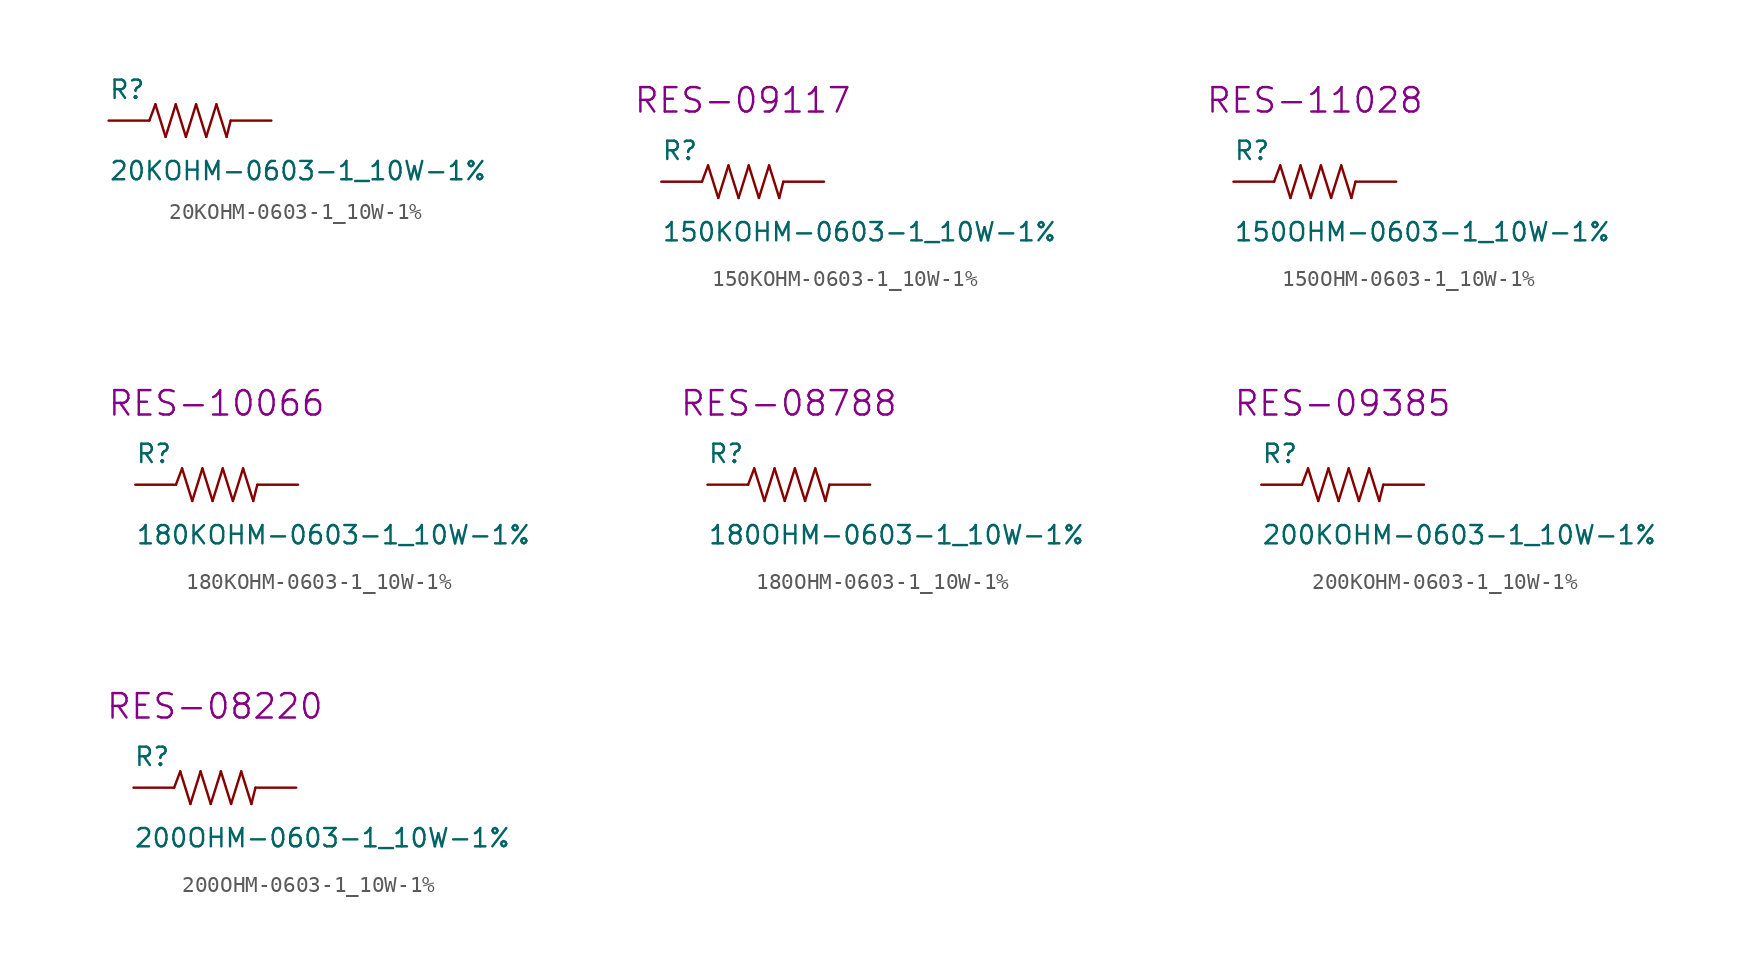
<source format=kicad_sym>
(kicad_symbol_lib
  (version 20220914)
  (generator kicad_symbol_editor)
  (symbol "20KOHM-0603-1_10W-1%"
    (pin_numbers hide)
    (pin_names
      (offset 1.016) hide)
    (property "Reference" "R"
      (at -5.08 1.27 0)
      (effects (font (size 1.143 1.143)) (justify left bottom)))
    (property "Value" "20KOHM-0603-1_10W-1%"
      (at -5.08 -3.81 0)
      (effects (font (size 1.143 1.143)) (justify left bottom)))
    (property "ki_locked" ""
      (at 0 0 0)
      (effects (font (size 1.27 1.27))))
    (symbol "20KOHM-0603-1_10W-1%_1_0"
      (polyline (pts (xy -2.54 0) (xy -2.159 1.016)) (stroke (width 0) (type solid)) (fill (type none)))
      (polyline (pts (xy -2.159 1.016) (xy -1.524 -1.016)) (stroke (width 0) (type solid)) (fill (type none)))
      (polyline (pts (xy -1.524 -1.016) (xy -0.889 1.016)) (stroke (width 0) (type solid)) (fill (type none)))
      (polyline (pts (xy -0.889 1.016) (xy -0.254 -1.016)) (stroke (width 0) (type solid)) (fill (type none)))
      (polyline (pts (xy -0.254 -1.016) (xy 0.381 1.016)) (stroke (width 0) (type solid)) (fill (type none)))
      (polyline (pts (xy 0.381 1.016) (xy 1.016 -1.016)) (stroke (width 0) (type solid)) (fill (type none)))
      (polyline (pts (xy 1.016 -1.016) (xy 1.651 1.016)) (stroke (width 0) (type solid)) (fill (type none)))
      (polyline (pts (xy 1.651 1.016) (xy 2.286 -1.016)) (stroke (width 0) (type solid)) (fill (type none)))
      (polyline (pts (xy 2.286 -1.016) (xy 2.54 0)) (stroke (width 0) (type solid)) (fill (type none))))
    (symbol "20KOHM-0603-1_10W-1%_1_1"
      (pin passive line (at -5.08 0 0) (length 2.54) (name "1" (effects (font (size 1.016 1.016)))) (number "1" (effects (font (size 1.016 1.016)))))
      (pin passive line (at 5.08 0 180) (length 2.54) (name "2" (effects (font (size 1.016 1.016)))) (number "2" (effects (font (size 1.016 1.016)))))))
  (symbol "150KOHM-0603-1_10W-1%"
    (pin_numbers hide)
    (pin_names
      (offset 1.016) hide)
    (property "Reference" "R"
      (at -5.08 1.27 0)
      (effects (font (size 1.143 1.143)) (justify left bottom)))
    (property "Value" "150KOHM-0603-1_10W-1%"
      (at -5.08 -3.81 0)
      (effects (font (size 1.143 1.143)) (justify left bottom)))
    (property "Field4" "RES-09117"
      (at 0 5.08 0)
      (effects (font (size 1.524 1.524))))
    (property "ki_locked" ""
      (at 0 0 0)
      (effects (font (size 1.27 1.27))))
    (symbol "150KOHM-0603-1_10W-1%_1_0"
      (polyline (pts (xy -2.54 0) (xy -2.159 1.016)) (stroke (width 0) (type solid)) (fill (type none)))
      (polyline (pts (xy -2.159 1.016) (xy -1.524 -1.016)) (stroke (width 0) (type solid)) (fill (type none)))
      (polyline (pts (xy -1.524 -1.016) (xy -0.889 1.016)) (stroke (width 0) (type solid)) (fill (type none)))
      (polyline (pts (xy -0.889 1.016) (xy -0.254 -1.016)) (stroke (width 0) (type solid)) (fill (type none)))
      (polyline (pts (xy -0.254 -1.016) (xy 0.381 1.016)) (stroke (width 0) (type solid)) (fill (type none)))
      (polyline (pts (xy 0.381 1.016) (xy 1.016 -1.016)) (stroke (width 0) (type solid)) (fill (type none)))
      (polyline (pts (xy 1.016 -1.016) (xy 1.651 1.016)) (stroke (width 0) (type solid)) (fill (type none)))
      (polyline (pts (xy 1.651 1.016) (xy 2.286 -1.016)) (stroke (width 0) (type solid)) (fill (type none)))
      (polyline (pts (xy 2.286 -1.016) (xy 2.54 0)) (stroke (width 0) (type solid)) (fill (type none))))
    (symbol "150KOHM-0603-1_10W-1%_1_1"
      (pin passive line (at -5.08 0 0) (length 2.54) (name "1" (effects (font (size 1.016 1.016)))) (number "1" (effects (font (size 1.016 1.016)))))
      (pin passive line (at 5.08 0 180) (length 2.54) (name "2" (effects (font (size 1.016 1.016)))) (number "2" (effects (font (size 1.016 1.016)))))))
  (symbol "150OHM-0603-1_10W-1%"
    (pin_numbers hide)
    (pin_names
      (offset 1.016) hide)
    (property "Reference" "R"
      (at -5.08 1.27 0)
      (effects (font (size 1.143 1.143)) (justify left bottom)))
    (property "Value" "150OHM-0603-1_10W-1%"
      (at -5.08 -3.81 0)
      (effects (font (size 1.143 1.143)) (justify left bottom)))
    (property "Field4" "RES-11028"
      (at 0 5.08 0)
      (effects (font (size 1.524 1.524))))
    (property "ki_locked" ""
      (at 0 0 0)
      (effects (font (size 1.27 1.27))))
    (symbol "150OHM-0603-1_10W-1%_1_0"
      (polyline (pts (xy -2.54 0) (xy -2.159 1.016)) (stroke (width 0) (type solid)) (fill (type none)))
      (polyline (pts (xy -2.159 1.016) (xy -1.524 -1.016)) (stroke (width 0) (type solid)) (fill (type none)))
      (polyline (pts (xy -1.524 -1.016) (xy -0.889 1.016)) (stroke (width 0) (type solid)) (fill (type none)))
      (polyline (pts (xy -0.889 1.016) (xy -0.254 -1.016)) (stroke (width 0) (type solid)) (fill (type none)))
      (polyline (pts (xy -0.254 -1.016) (xy 0.381 1.016)) (stroke (width 0) (type solid)) (fill (type none)))
      (polyline (pts (xy 0.381 1.016) (xy 1.016 -1.016)) (stroke (width 0) (type solid)) (fill (type none)))
      (polyline (pts (xy 1.016 -1.016) (xy 1.651 1.016)) (stroke (width 0) (type solid)) (fill (type none)))
      (polyline (pts (xy 1.651 1.016) (xy 2.286 -1.016)) (stroke (width 0) (type solid)) (fill (type none)))
      (polyline (pts (xy 2.286 -1.016) (xy 2.54 0)) (stroke (width 0) (type solid)) (fill (type none))))
    (symbol "150OHM-0603-1_10W-1%_1_1"
      (pin passive line (at -5.08 0 0) (length 2.54) (name "1" (effects (font (size 1.016 1.016)))) (number "1" (effects (font (size 1.016 1.016)))))
      (pin passive line (at 5.08 0 180) (length 2.54) (name "2" (effects (font (size 1.016 1.016)))) (number "2" (effects (font (size 1.016 1.016)))))))
  (symbol "180KOHM-0603-1_10W-1%"
    (pin_numbers hide)
    (pin_names
      (offset 1.016) hide)
    (property "Reference" "R"
      (at -5.08 1.27 0)
      (effects (font (size 1.143 1.143)) (justify left bottom)))
    (property "Value" "180KOHM-0603-1_10W-1%"
      (at -5.08 -3.81 0)
      (effects (font (size 1.143 1.143)) (justify left bottom)))
    (property "Field4" "RES-10066"
      (at 0 5.08 0)
      (effects (font (size 1.524 1.524))))
    (property "ki_locked" ""
      (at 0 0 0)
      (effects (font (size 1.27 1.27))))
    (symbol "180KOHM-0603-1_10W-1%_1_0"
      (polyline (pts (xy -2.54 0) (xy -2.159 1.016)) (stroke (width 0) (type solid)) (fill (type none)))
      (polyline (pts (xy -2.159 1.016) (xy -1.524 -1.016)) (stroke (width 0) (type solid)) (fill (type none)))
      (polyline (pts (xy -1.524 -1.016) (xy -0.889 1.016)) (stroke (width 0) (type solid)) (fill (type none)))
      (polyline (pts (xy -0.889 1.016) (xy -0.254 -1.016)) (stroke (width 0) (type solid)) (fill (type none)))
      (polyline (pts (xy -0.254 -1.016) (xy 0.381 1.016)) (stroke (width 0) (type solid)) (fill (type none)))
      (polyline (pts (xy 0.381 1.016) (xy 1.016 -1.016)) (stroke (width 0) (type solid)) (fill (type none)))
      (polyline (pts (xy 1.016 -1.016) (xy 1.651 1.016)) (stroke (width 0) (type solid)) (fill (type none)))
      (polyline (pts (xy 1.651 1.016) (xy 2.286 -1.016)) (stroke (width 0) (type solid)) (fill (type none)))
      (polyline (pts (xy 2.286 -1.016) (xy 2.54 0)) (stroke (width 0) (type solid)) (fill (type none))))
    (symbol "180KOHM-0603-1_10W-1%_1_1"
      (pin passive line (at -5.08 0 0) (length 2.54) (name "1" (effects (font (size 1.016 1.016)))) (number "1" (effects (font (size 1.016 1.016)))))
      (pin passive line (at 5.08 0 180) (length 2.54) (name "2" (effects (font (size 1.016 1.016)))) (number "2" (effects (font (size 1.016 1.016)))))))
  (symbol "180OHM-0603-1_10W-1%"
    (pin_numbers hide)
    (pin_names
      (offset 1.016) hide)
    (property "Reference" "R"
      (at -5.08 1.27 0)
      (effects (font (size 1.143 1.143)) (justify left bottom)))
    (property "Value" "180OHM-0603-1_10W-1%"
      (at -5.08 -3.81 0)
      (effects (font (size 1.143 1.143)) (justify left bottom)))
    (property "Field4" "RES-08788"
      (at 0 5.08 0)
      (effects (font (size 1.524 1.524))))
    (property "ki_locked" ""
      (at 0 0 0)
      (effects (font (size 1.27 1.27))))
    (symbol "180OHM-0603-1_10W-1%_1_0"
      (polyline (pts (xy -2.54 0) (xy -2.159 1.016)) (stroke (width 0) (type solid)) (fill (type none)))
      (polyline (pts (xy -2.159 1.016) (xy -1.524 -1.016)) (stroke (width 0) (type solid)) (fill (type none)))
      (polyline (pts (xy -1.524 -1.016) (xy -0.889 1.016)) (stroke (width 0) (type solid)) (fill (type none)))
      (polyline (pts (xy -0.889 1.016) (xy -0.254 -1.016)) (stroke (width 0) (type solid)) (fill (type none)))
      (polyline (pts (xy -0.254 -1.016) (xy 0.381 1.016)) (stroke (width 0) (type solid)) (fill (type none)))
      (polyline (pts (xy 0.381 1.016) (xy 1.016 -1.016)) (stroke (width 0) (type solid)) (fill (type none)))
      (polyline (pts (xy 1.016 -1.016) (xy 1.651 1.016)) (stroke (width 0) (type solid)) (fill (type none)))
      (polyline (pts (xy 1.651 1.016) (xy 2.286 -1.016)) (stroke (width 0) (type solid)) (fill (type none)))
      (polyline (pts (xy 2.286 -1.016) (xy 2.54 0)) (stroke (width 0) (type solid)) (fill (type none))))
    (symbol "180OHM-0603-1_10W-1%_1_1"
      (pin passive line (at -5.08 0 0) (length 2.54) (name "1" (effects (font (size 1.016 1.016)))) (number "1" (effects (font (size 1.016 1.016)))))
      (pin passive line (at 5.08 0 180) (length 2.54) (name "2" (effects (font (size 1.016 1.016)))) (number "2" (effects (font (size 1.016 1.016)))))))
  (symbol "200KOHM-0603-1_10W-1%"
    (pin_numbers hide)
    (pin_names
      (offset 1.016) hide)
    (property "Reference" "R"
      (at -5.08 1.27 0)
      (effects (font (size 1.143 1.143)) (justify left bottom)))
    (property "Value" "200KOHM-0603-1_10W-1%"
      (at -5.08 -3.81 0)
      (effects (font (size 1.143 1.143)) (justify left bottom)))
    (property "Field4" "RES-09385"
      (at 0 5.08 0)
      (effects (font (size 1.524 1.524))))
    (property "ki_locked" ""
      (at 0 0 0)
      (effects (font (size 1.27 1.27))))
    (symbol "200KOHM-0603-1_10W-1%_1_0"
      (polyline (pts (xy -2.54 0) (xy -2.159 1.016)) (stroke (width 0) (type solid)) (fill (type none)))
      (polyline (pts (xy -2.159 1.016) (xy -1.524 -1.016)) (stroke (width 0) (type solid)) (fill (type none)))
      (polyline (pts (xy -1.524 -1.016) (xy -0.889 1.016)) (stroke (width 0) (type solid)) (fill (type none)))
      (polyline (pts (xy -0.889 1.016) (xy -0.254 -1.016)) (stroke (width 0) (type solid)) (fill (type none)))
      (polyline (pts (xy -0.254 -1.016) (xy 0.381 1.016)) (stroke (width 0) (type solid)) (fill (type none)))
      (polyline (pts (xy 0.381 1.016) (xy 1.016 -1.016)) (stroke (width 0) (type solid)) (fill (type none)))
      (polyline (pts (xy 1.016 -1.016) (xy 1.651 1.016)) (stroke (width 0) (type solid)) (fill (type none)))
      (polyline (pts (xy 1.651 1.016) (xy 2.286 -1.016)) (stroke (width 0) (type solid)) (fill (type none)))
      (polyline (pts (xy 2.286 -1.016) (xy 2.54 0)) (stroke (width 0) (type solid)) (fill (type none))))
    (symbol "200KOHM-0603-1_10W-1%_1_1"
      (pin passive line (at -5.08 0 0) (length 2.54) (name "1" (effects (font (size 1.016 1.016)))) (number "1" (effects (font (size 1.016 1.016)))))
      (pin passive line (at 5.08 0 180) (length 2.54) (name "2" (effects (font (size 1.016 1.016)))) (number "2" (effects (font (size 1.016 1.016)))))))
  (symbol "200OHM-0603-1_10W-1%"
    (pin_numbers hide)
    (pin_names
      (offset 1.016) hide)
    (property "Reference" "R"
      (at -5.08 1.27 0)
      (effects (font (size 1.143 1.143)) (justify left bottom)))
    (property "Value" "200OHM-0603-1_10W-1%"
      (at -5.08 -3.81 0)
      (effects (font (size 1.143 1.143)) (justify left bottom)))
    (property "Field4" "RES-08220"
      (at 0 5.08 0)
      (effects (font (size 1.524 1.524))))
    (property "ki_locked" ""
      (at 0 0 0)
      (effects (font (size 1.27 1.27))))
    (symbol "200OHM-0603-1_10W-1%_1_0"
      (polyline (pts (xy -2.54 0) (xy -2.159 1.016)) (stroke (width 0) (type solid)) (fill (type none)))
      (polyline (pts (xy -2.159 1.016) (xy -1.524 -1.016)) (stroke (width 0) (type solid)) (fill (type none)))
      (polyline (pts (xy -1.524 -1.016) (xy -0.889 1.016)) (stroke (width 0) (type solid)) (fill (type none)))
      (polyline (pts (xy -0.889 1.016) (xy -0.254 -1.016)) (stroke (width 0) (type solid)) (fill (type none)))
      (polyline (pts (xy -0.254 -1.016) (xy 0.381 1.016)) (stroke (width 0) (type solid)) (fill (type none)))
      (polyline (pts (xy 0.381 1.016) (xy 1.016 -1.016)) (stroke (width 0) (type solid)) (fill (type none)))
      (polyline (pts (xy 1.016 -1.016) (xy 1.651 1.016)) (stroke (width 0) (type solid)) (fill (type none)))
      (polyline (pts (xy 1.651 1.016) (xy 2.286 -1.016)) (stroke (width 0) (type solid)) (fill (type none)))
      (polyline (pts (xy 2.286 -1.016) (xy 2.54 0)) (stroke (width 0) (type solid)) (fill (type none))))
    (symbol "200OHM-0603-1_10W-1%_1_1"
      (pin passive line (at -5.08 0 0) (length 2.54) (name "1" (effects (font (size 1.016 1.016)))) (number "1" (effects (font (size 1.016 1.016)))))
      (pin passive line (at 5.08 0 180) (length 2.54) (name "2" (effects (font (size 1.016 1.016)))) (number "2" (effects (font (size 1.016 1.016))))))))
</source>
